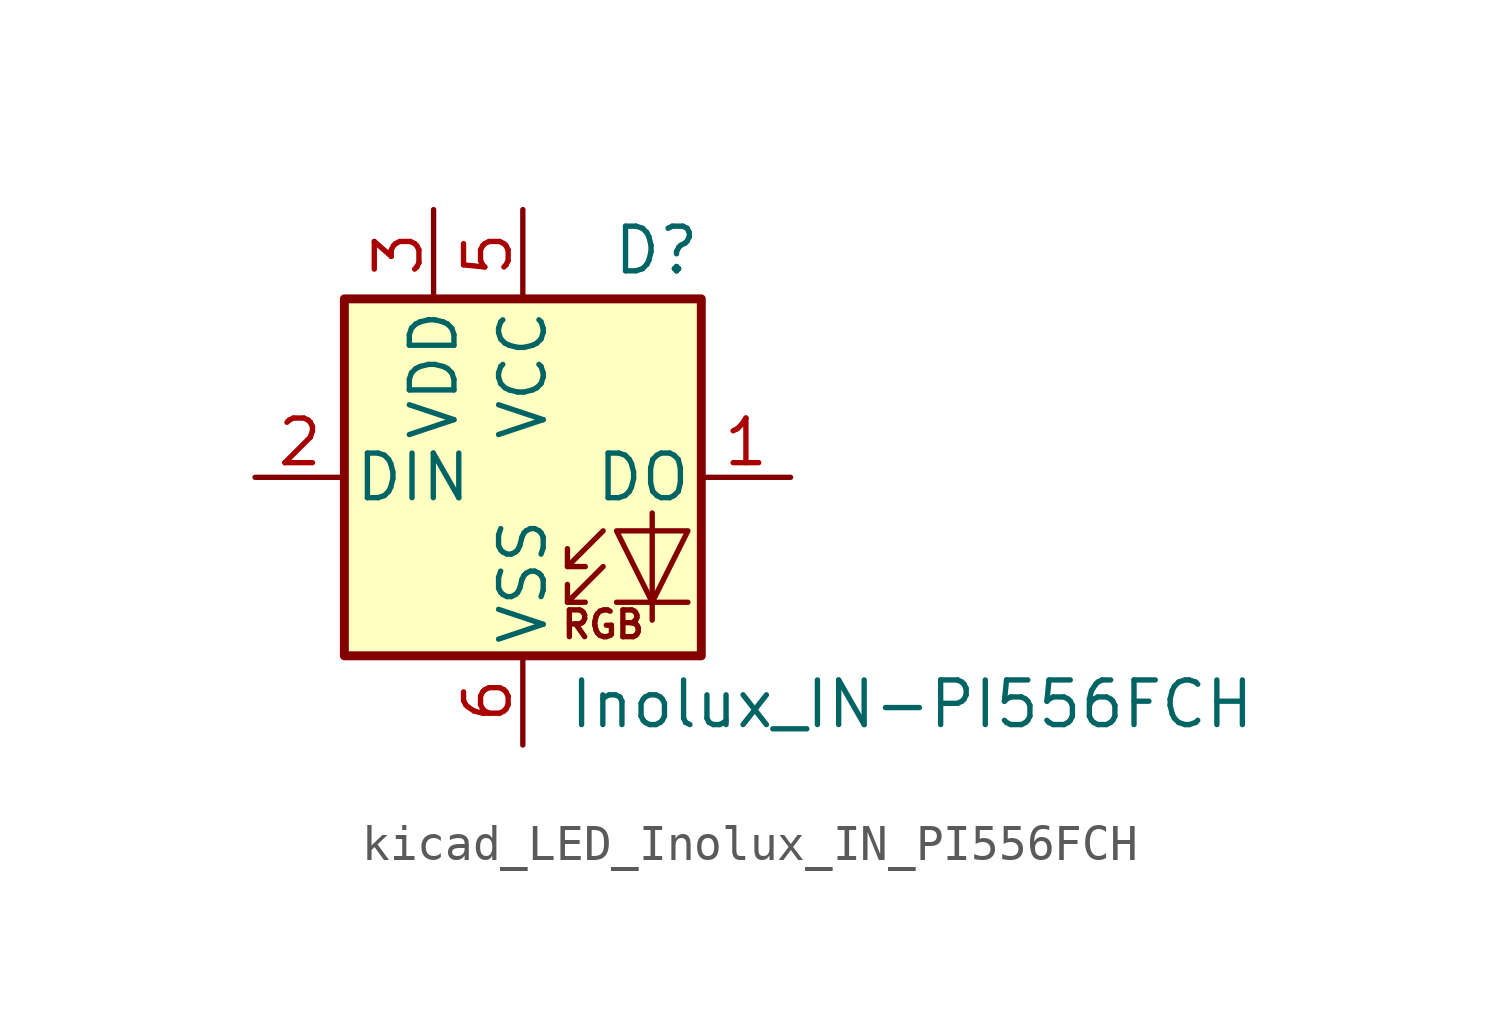
<source format=kicad_sym>
(kicad_symbol_lib
  (version 20220914)
  (generator kicad_symbol_editor)
  (symbol "kicad_LED_Inolux_IN_PI556FCH"
    (pin_names
      (offset 0.254))
    (property "Reference" "D"
      (at 5.08 5.715 0)
      (effects (font (size 1.27 1.27)) (justify right bottom)))
    (property "Value" "Inolux_IN-PI556FCH"
      (at 1.27 -5.715 0)
      (effects (font (size 1.27 1.27)) (justify left top)))
    (symbol "kicad_LED_Inolux_IN_PI556FCH_0_0"
      (text "RGB" (at 2.286 -4.191 0) (effects (font (size 0.762 0.762)))))
    (symbol "kicad_LED_Inolux_IN_PI556FCH_0_1"
      (polyline (pts (xy 1.27 -3.556) (xy 1.778 -3.556)) (stroke (width 0) (type default)) (fill (type none)))
      (polyline (pts (xy 1.27 -2.54) (xy 1.778 -2.54)) (stroke (width 0) (type default)) (fill (type none)))
      (polyline (pts (xy 4.699 -3.556) (xy 2.667 -3.556)) (stroke (width 0) (type default)) (fill (type none)))
      (polyline (pts (xy 2.286 -2.54) (xy 1.27 -3.556) (xy 1.27 -3.048)) (stroke (width 0) (type default)) (fill (type none)))
      (polyline (pts (xy 2.286 -1.524) (xy 1.27 -2.54) (xy 1.27 -2.032)) (stroke (width 0) (type default)) (fill (type none)))
      (polyline (pts (xy 3.683 -1.016) (xy 3.683 -3.556) (xy 3.683 -4.064)) (stroke (width 0) (type default)) (fill (type none)))
      (polyline (pts (xy 4.699 -1.524) (xy 2.667 -1.524) (xy 3.683 -3.556) (xy 4.699 -1.524)) (stroke (width 0) (type default)) (fill (type none)))
      (rectangle (start 5.08 5.08) (end -5.08 -5.08) (stroke (width 0.254) (type default)) (fill (type background))))
    (symbol "kicad_LED_Inolux_IN_PI556FCH_1_1"
      (pin output line (at 7.62 0 180) (length 2.54) (name "DO" (effects (font (size 1.27 1.27)))) (number "1" (effects (font (size 1.27 1.27)))))
      (pin input line (at -7.62 0 0) (length 2.54) (name "DIN" (effects (font (size 1.27 1.27)))) (number "2" (effects (font (size 1.27 1.27)))))
      (pin power_in line (at -2.54 7.62 270) (length 2.54) (name "VDD" (effects (font (size 1.27 1.27)))) (number "3" (effects (font (size 1.27 1.27)))))
      (pin no_connect line (at 5.08 2.54 180) (length 2.54) hide (name "NC" (effects (font (size 1.27 1.27)))) (number "4" (effects (font (size 1.27 1.27)))))
      (pin power_in line (at 0 7.62 270) (length 2.54) (name "VCC" (effects (font (size 1.27 1.27)))) (number "5" (effects (font (size 1.27 1.27)))))
      (pin power_in line (at 0 -7.62 90) (length 2.54) (name "VSS" (effects (font (size 1.27 1.27)))) (number "6" (effects (font (size 1.27 1.27))))))))
</source>
